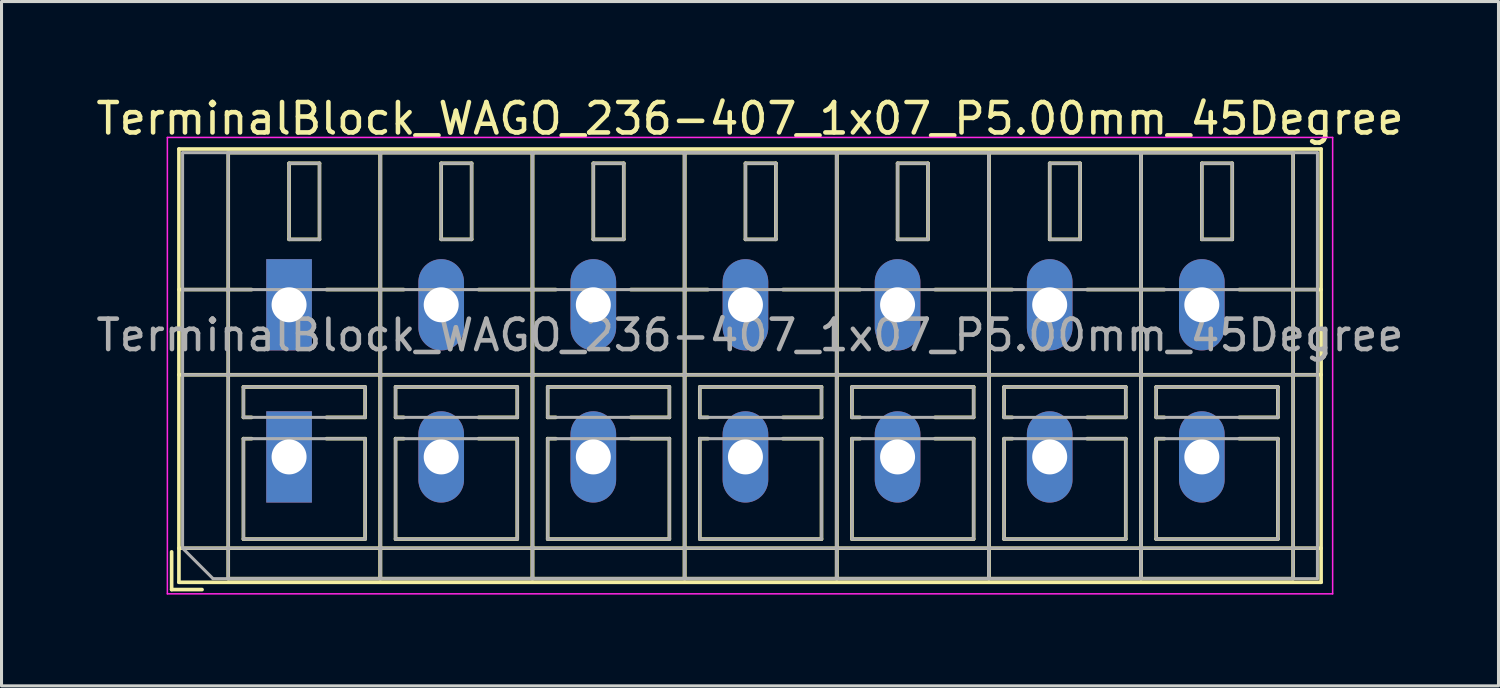
<source format=kicad_pcb>
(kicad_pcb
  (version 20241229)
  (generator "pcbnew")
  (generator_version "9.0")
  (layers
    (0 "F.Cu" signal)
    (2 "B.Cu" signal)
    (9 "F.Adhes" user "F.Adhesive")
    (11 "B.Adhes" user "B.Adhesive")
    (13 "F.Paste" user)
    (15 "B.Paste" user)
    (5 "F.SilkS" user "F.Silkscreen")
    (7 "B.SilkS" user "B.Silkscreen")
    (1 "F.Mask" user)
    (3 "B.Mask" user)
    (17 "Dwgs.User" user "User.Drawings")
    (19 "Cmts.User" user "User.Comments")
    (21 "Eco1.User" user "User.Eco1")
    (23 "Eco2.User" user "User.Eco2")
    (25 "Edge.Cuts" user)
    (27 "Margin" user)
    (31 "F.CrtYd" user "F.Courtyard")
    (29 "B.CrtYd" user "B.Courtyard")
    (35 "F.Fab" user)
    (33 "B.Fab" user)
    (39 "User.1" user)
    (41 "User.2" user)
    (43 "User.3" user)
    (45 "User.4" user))
  (footprint "TerminalBlock_WAGO_236-407_1x07_P5.00mm_45Degree"
    (layer "F.Cu")
    (at 6.451 6.968)
    (property "Reference" "TerminalBlock_WAGO_236-407_1x07_P5.00mm_45Degree" (at 15.15 -6.12 0) (layer "F.SilkS") (effects (font (size 1 1) (thickness 0.15))))
    (attr through_hole)
    (fp_line (start -3.86 8.12) (end -3.86 9.36) (stroke (width 0.12) (type solid)) (layer "F.SilkS"))
    (fp_line (start -3.86 9.36) (end -2.86 9.36) (stroke (width 0.12) (type solid)) (layer "F.SilkS"))
    (fp_line (start -3.62 -5.12) (end -3.62 9.12) (stroke (width 0.12) (type solid)) (layer "F.SilkS"))
    (fp_line (start -3.62 -5.12) (end 33.92 -5.12) (stroke (width 0.12) (type solid)) (layer "F.SilkS"))
    (fp_line (start -3.62 -0.5) (end -1.23 -0.5) (stroke (width 0.12) (type solid)) (layer "F.SilkS"))
    (fp_line (start -3.62 2.3) (end 33.92 2.3) (stroke (width 0.12) (type solid)) (layer "F.SilkS"))
    (fp_line (start -3.62 8) (end 33.92 8) (stroke (width 0.12) (type solid)) (layer "F.SilkS"))
    (fp_line (start -3.62 9.12) (end 33.92 9.12) (stroke (width 0.12) (type solid)) (layer "F.SilkS"))
    (fp_line (start -2 -5) (end -2 9) (stroke (width 0.12) (type solid)) (layer "F.SilkS"))
    (fp_line (start -2 -5) (end 3 -5) (stroke (width 0.12) (type solid)) (layer "F.SilkS"))
    (fp_line (start -2 9) (end 3 9) (stroke (width 0.12) (type solid)) (layer "F.SilkS"))
    (fp_line (start -1.5 2.7) (end -1.5 3.7) (stroke (width 0.12) (type solid)) (layer "F.SilkS"))
    (fp_line (start -1.5 2.7) (end 2.5 2.7) (stroke (width 0.12) (type solid)) (layer "F.SilkS"))
    (fp_line (start -1.5 3.7) (end -1.23 3.7) (stroke (width 0.12) (type solid)) (layer "F.SilkS"))
    (fp_line (start -1.5 4.4) (end -1.5 7.7) (stroke (width 0.12) (type solid)) (layer "F.SilkS"))
    (fp_line (start -1.5 4.4) (end -1.23 4.4) (stroke (width 0.12) (type solid)) (layer "F.SilkS"))
    (fp_line (start -1.5 7.7) (end 2.5 7.7) (stroke (width 0.12) (type solid)) (layer "F.SilkS"))
    (fp_line (start 0 -4.65) (end 0 -2.151) (stroke (width 0.12) (type solid)) (layer "F.SilkS"))
    (fp_line (start 0 -4.65) (end 1 -4.65) (stroke (width 0.12) (type solid)) (layer "F.SilkS"))
    (fp_line (start 0 -2.151) (end 1 -2.151) (stroke (width 0.12) (type solid)) (layer "F.SilkS"))
    (fp_line (start 1 -4.65) (end 1 -2.151) (stroke (width 0.12) (type solid)) (layer "F.SilkS"))
    (fp_line (start 1.23 -0.5) (end 3.77 -0.5) (stroke (width 0.12) (type solid)) (layer "F.SilkS"))
    (fp_line (start 1.23 3.7) (end 2.5 3.7) (stroke (width 0.12) (type solid)) (layer "F.SilkS"))
    (fp_line (start 1.23 4.4) (end 2.5 4.4) (stroke (width 0.12) (type solid)) (layer "F.SilkS"))
    (fp_line (start 2.5 2.7) (end 2.5 3.7) (stroke (width 0.12) (type solid)) (layer "F.SilkS"))
    (fp_line (start 2.5 4.4) (end 2.5 7.7) (stroke (width 0.12) (type solid)) (layer "F.SilkS"))
    (fp_line (start 3 -5) (end 3 9) (stroke (width 0.12) (type solid)) (layer "F.SilkS"))
    (fp_line (start 3 -5) (end 3 9) (stroke (width 0.12) (type solid)) (layer "F.SilkS"))
    (fp_line (start 3 -5) (end 8 -5) (stroke (width 0.12) (type solid)) (layer "F.SilkS"))
    (fp_line (start 3 9) (end 8 9) (stroke (width 0.12) (type solid)) (layer "F.SilkS"))
    (fp_line (start 3.5 2.7) (end 3.5 3.7) (stroke (width 0.12) (type solid)) (layer "F.SilkS"))
    (fp_line (start 3.5 2.7) (end 7.5 2.7) (stroke (width 0.12) (type solid)) (layer "F.SilkS"))
    (fp_line (start 3.5 3.7) (end 3.77 3.7) (stroke (width 0.12) (type solid)) (layer "F.SilkS"))
    (fp_line (start 3.5 4.4) (end 3.5 7.7) (stroke (width 0.12) (type solid)) (layer "F.SilkS"))
    (fp_line (start 3.5 4.4) (end 3.77 4.4) (stroke (width 0.12) (type solid)) (layer "F.SilkS"))
    (fp_line (start 3.5 7.7) (end 7.5 7.7) (stroke (width 0.12) (type solid)) (layer "F.SilkS"))
    (fp_line (start 5 -4.65) (end 5 -2.151) (stroke (width 0.12) (type solid)) (layer "F.SilkS"))
    (fp_line (start 5 -4.65) (end 6 -4.65) (stroke (width 0.12) (type solid)) (layer "F.SilkS"))
    (fp_line (start 5 -2.151) (end 6 -2.151) (stroke (width 0.12) (type solid)) (layer "F.SilkS"))
    (fp_line (start 6 -4.65) (end 6 -2.151) (stroke (width 0.12) (type solid)) (layer "F.SilkS"))
    (fp_line (start 6.23 -0.5) (end 8.77 -0.5) (stroke (width 0.12) (type solid)) (layer "F.SilkS"))
    (fp_line (start 6.23 3.7) (end 7.5 3.7) (stroke (width 0.12) (type solid)) (layer "F.SilkS"))
    (fp_line (start 6.23 4.4) (end 7.5 4.4) (stroke (width 0.12) (type solid)) (layer "F.SilkS"))
    (fp_line (start 7.5 2.7) (end 7.5 3.7) (stroke (width 0.12) (type solid)) (layer "F.SilkS"))
    (fp_line (start 7.5 4.4) (end 7.5 7.7) (stroke (width 0.12) (type solid)) (layer "F.SilkS"))
    (fp_line (start 8 -5) (end 8 9) (stroke (width 0.12) (type solid)) (layer "F.SilkS"))
    (fp_line (start 8 -5) (end 8 9) (stroke (width 0.12) (type solid)) (layer "F.SilkS"))
    (fp_line (start 8 -5) (end 13 -5) (stroke (width 0.12) (type solid)) (layer "F.SilkS"))
    (fp_line (start 8 9) (end 13 9) (stroke (width 0.12) (type solid)) (layer "F.SilkS"))
    (fp_line (start 8.5 2.7) (end 8.5 3.7) (stroke (width 0.12) (type solid)) (layer "F.SilkS"))
    (fp_line (start 8.5 2.7) (end 12.5 2.7) (stroke (width 0.12) (type solid)) (layer "F.SilkS"))
    (fp_line (start 8.5 3.7) (end 8.77 3.7) (stroke (width 0.12) (type solid)) (layer "F.SilkS"))
    (fp_line (start 8.5 4.4) (end 8.5 7.7) (stroke (width 0.12) (type solid)) (layer "F.SilkS"))
    (fp_line (start 8.5 4.4) (end 8.77 4.4) (stroke (width 0.12) (type solid)) (layer "F.SilkS"))
    (fp_line (start 8.5 7.7) (end 12.5 7.7) (stroke (width 0.12) (type solid)) (layer "F.SilkS"))
    (fp_line (start 10 -4.65) (end 10 -2.151) (stroke (width 0.12) (type solid)) (layer "F.SilkS"))
    (fp_line (start 10 -4.65) (end 11 -4.65) (stroke (width 0.12) (type solid)) (layer "F.SilkS"))
    (fp_line (start 10 -2.151) (end 11 -2.151) (stroke (width 0.12) (type solid)) (layer "F.SilkS"))
    (fp_line (start 11 -4.65) (end 11 -2.151) (stroke (width 0.12) (type solid)) (layer "F.SilkS"))
    (fp_line (start 11.23 -0.5) (end 13.77 -0.5) (stroke (width 0.12) (type solid)) (layer "F.SilkS"))
    (fp_line (start 11.23 3.7) (end 12.5 3.7) (stroke (width 0.12) (type solid)) (layer "F.SilkS"))
    (fp_line (start 11.23 4.4) (end 12.5 4.4) (stroke (width 0.12) (type solid)) (layer "F.SilkS"))
    (fp_line (start 12.5 2.7) (end 12.5 3.7) (stroke (width 0.12) (type solid)) (layer "F.SilkS"))
    (fp_line (start 12.5 4.4) (end 12.5 7.7) (stroke (width 0.12) (type solid)) (layer "F.SilkS"))
    (fp_line (start 13 -5) (end 13 9) (stroke (width 0.12) (type solid)) (layer "F.SilkS"))
    (fp_line (start 13 -5) (end 13 9) (stroke (width 0.12) (type solid)) (layer "F.SilkS"))
    (fp_line (start 13 -5) (end 18 -5) (stroke (width 0.12) (type solid)) (layer "F.SilkS"))
    (fp_line (start 13 9) (end 18 9) (stroke (width 0.12) (type solid)) (layer "F.SilkS"))
    (fp_line (start 13.5 2.7) (end 13.5 3.7) (stroke (width 0.12) (type solid)) (layer "F.SilkS"))
    (fp_line (start 13.5 2.7) (end 17.5 2.7) (stroke (width 0.12) (type solid)) (layer "F.SilkS"))
    (fp_line (start 13.5 3.7) (end 13.77 3.7) (stroke (width 0.12) (type solid)) (layer "F.SilkS"))
    (fp_line (start 13.5 4.4) (end 13.5 7.7) (stroke (width 0.12) (type solid)) (layer "F.SilkS"))
    (fp_line (start 13.5 4.4) (end 13.77 4.4) (stroke (width 0.12) (type solid)) (layer "F.SilkS"))
    (fp_line (start 13.5 7.7) (end 17.5 7.7) (stroke (width 0.12) (type solid)) (layer "F.SilkS"))
    (fp_line (start 15 -4.65) (end 15 -2.151) (stroke (width 0.12) (type solid)) (layer "F.SilkS"))
    (fp_line (start 15 -4.65) (end 16 -4.65) (stroke (width 0.12) (type solid)) (layer "F.SilkS"))
    (fp_line (start 15 -2.151) (end 16 -2.151) (stroke (width 0.12) (type solid)) (layer "F.SilkS"))
    (fp_line (start 16 -4.65) (end 16 -2.151) (stroke (width 0.12) (type solid)) (layer "F.SilkS"))
    (fp_line (start 16.23 -0.5) (end 18.77 -0.5) (stroke (width 0.12) (type solid)) (layer "F.SilkS"))
    (fp_line (start 16.23 3.7) (end 17.5 3.7) (stroke (width 0.12) (type solid)) (layer "F.SilkS"))
    (fp_line (start 16.23 4.4) (end 17.5 4.4) (stroke (width 0.12) (type solid)) (layer "F.SilkS"))
    (fp_line (start 17.5 2.7) (end 17.5 3.7) (stroke (width 0.12) (type solid)) (layer "F.SilkS"))
    (fp_line (start 17.5 4.4) (end 17.5 7.7) (stroke (width 0.12) (type solid)) (layer "F.SilkS"))
    (fp_line (start 18 -5) (end 18 9) (stroke (width 0.12) (type solid)) (layer "F.SilkS"))
    (fp_line (start 18 -5) (end 18 9) (stroke (width 0.12) (type solid)) (layer "F.SilkS"))
    (fp_line (start 18 -5) (end 23 -5) (stroke (width 0.12) (type solid)) (layer "F.SilkS"))
    (fp_line (start 18 9) (end 23 9) (stroke (width 0.12) (type solid)) (layer "F.SilkS"))
    (fp_line (start 18.5 2.7) (end 18.5 3.7) (stroke (width 0.12) (type solid)) (layer "F.SilkS"))
    (fp_line (start 18.5 2.7) (end 22.5 2.7) (stroke (width 0.12) (type solid)) (layer "F.SilkS"))
    (fp_line (start 18.5 3.7) (end 18.77 3.7) (stroke (width 0.12) (type solid)) (layer "F.SilkS"))
    (fp_line (start 18.5 4.4) (end 18.5 7.7) (stroke (width 0.12) (type solid)) (layer "F.SilkS"))
    (fp_line (start 18.5 4.4) (end 18.77 4.4) (stroke (width 0.12) (type solid)) (layer "F.SilkS"))
    (fp_line (start 18.5 7.7) (end 22.5 7.7) (stroke (width 0.12) (type solid)) (layer "F.SilkS"))
    (fp_line (start 20 -4.65) (end 20 -2.151) (stroke (width 0.12) (type solid)) (layer "F.SilkS"))
    (fp_line (start 20 -4.65) (end 21 -4.65) (stroke (width 0.12) (type solid)) (layer "F.SilkS"))
    (fp_line (start 20 -2.151) (end 21 -2.151) (stroke (width 0.12) (type solid)) (layer "F.SilkS"))
    (fp_line (start 21 -4.65) (end 21 -2.151) (stroke (width 0.12) (type solid)) (layer "F.SilkS"))
    (fp_line (start 21.23 -0.5) (end 23.77 -0.5) (stroke (width 0.12) (type solid)) (layer "F.SilkS"))
    (fp_line (start 21.23 3.7) (end 22.5 3.7) (stroke (width 0.12) (type solid)) (layer "F.SilkS"))
    (fp_line (start 21.23 4.4) (end 22.5 4.4) (stroke (width 0.12) (type solid)) (layer "F.SilkS"))
    (fp_line (start 22.5 2.7) (end 22.5 3.7) (stroke (width 0.12) (type solid)) (layer "F.SilkS"))
    (fp_line (start 22.5 4.4) (end 22.5 7.7) (stroke (width 0.12) (type solid)) (layer "F.SilkS"))
    (fp_line (start 23 -5) (end 23 9) (stroke (width 0.12) (type solid)) (layer "F.SilkS"))
    (fp_line (start 23 -5) (end 23 9) (stroke (width 0.12) (type solid)) (layer "F.SilkS"))
    (fp_line (start 23 -5) (end 28 -5) (stroke (width 0.12) (type solid)) (layer "F.SilkS"))
    (fp_line (start 23 9) (end 28 9) (stroke (width 0.12) (type solid)) (layer "F.SilkS"))
    (fp_line (start 23.5 2.7) (end 23.5 3.7) (stroke (width 0.12) (type solid)) (layer "F.SilkS"))
    (fp_line (start 23.5 2.7) (end 27.5 2.7) (stroke (width 0.12) (type solid)) (layer "F.SilkS"))
    (fp_line (start 23.5 3.7) (end 23.77 3.7) (stroke (width 0.12) (type solid)) (layer "F.SilkS"))
    (fp_line (start 23.5 4.4) (end 23.5 7.7) (stroke (width 0.12) (type solid)) (layer "F.SilkS"))
    (fp_line (start 23.5 4.4) (end 23.77 4.4) (stroke (width 0.12) (type solid)) (layer "F.SilkS"))
    (fp_line (start 23.5 7.7) (end 27.5 7.7) (stroke (width 0.12) (type solid)) (layer "F.SilkS"))
    (fp_line (start 25 -4.65) (end 25 -2.151) (stroke (width 0.12) (type solid)) (layer "F.SilkS"))
    (fp_line (start 25 -4.65) (end 26 -4.65) (stroke (width 0.12) (type solid)) (layer "F.SilkS"))
    (fp_line (start 25 -2.151) (end 26 -2.151) (stroke (width 0.12) (type solid)) (layer "F.SilkS"))
    (fp_line (start 26 -4.65) (end 26 -2.151) (stroke (width 0.12) (type solid)) (layer "F.SilkS"))
    (fp_line (start 26.23 -0.5) (end 28.77 -0.5) (stroke (width 0.12) (type solid)) (layer "F.SilkS"))
    (fp_line (start 26.23 3.7) (end 27.5 3.7) (stroke (width 0.12) (type solid)) (layer "F.SilkS"))
    (fp_line (start 26.23 4.4) (end 27.5 4.4) (stroke (width 0.12) (type solid)) (layer "F.SilkS"))
    (fp_line (start 27.5 2.7) (end 27.5 3.7) (stroke (width 0.12) (type solid)) (layer "F.SilkS"))
    (fp_line (start 27.5 4.4) (end 27.5 7.7) (stroke (width 0.12) (type solid)) (layer "F.SilkS"))
    (fp_line (start 28 -5) (end 28 9) (stroke (width 0.12) (type solid)) (layer "F.SilkS"))
    (fp_line (start 28 -5) (end 28 9) (stroke (width 0.12) (type solid)) (layer "F.SilkS"))
    (fp_line (start 28 -5) (end 33 -5) (stroke (width 0.12) (type solid)) (layer "F.SilkS"))
    (fp_line (start 28 9) (end 33 9) (stroke (width 0.12) (type solid)) (layer "F.SilkS"))
    (fp_line (start 28.5 2.7) (end 28.5 3.7) (stroke (width 0.12) (type solid)) (layer "F.SilkS"))
    (fp_line (start 28.5 2.7) (end 32.5 2.7) (stroke (width 0.12) (type solid)) (layer "F.SilkS"))
    (fp_line (start 28.5 3.7) (end 28.77 3.7) (stroke (width 0.12) (type solid)) (layer "F.SilkS"))
    (fp_line (start 28.5 4.4) (end 28.5 7.7) (stroke (width 0.12) (type solid)) (layer "F.SilkS"))
    (fp_line (start 28.5 4.4) (end 28.77 4.4) (stroke (width 0.12) (type solid)) (layer "F.SilkS"))
    (fp_line (start 28.5 7.7) (end 32.5 7.7) (stroke (width 0.12) (type solid)) (layer "F.SilkS"))
    (fp_line (start 30 -4.65) (end 30 -2.151) (stroke (width 0.12) (type solid)) (layer "F.SilkS"))
    (fp_line (start 30 -4.65) (end 31 -4.65) (stroke (width 0.12) (type solid)) (layer "F.SilkS"))
    (fp_line (start 30 -2.151) (end 31 -2.151) (stroke (width 0.12) (type solid)) (layer "F.SilkS"))
    (fp_line (start 31 -4.65) (end 31 -2.151) (stroke (width 0.12) (type solid)) (layer "F.SilkS"))
    (fp_line (start 31.23 -0.5) (end 33.92 -0.5) (stroke (width 0.12) (type solid)) (layer "F.SilkS"))
    (fp_line (start 31.23 3.7) (end 32.5 3.7) (stroke (width 0.12) (type solid)) (layer "F.SilkS"))
    (fp_line (start 31.23 4.4) (end 32.5 4.4) (stroke (width 0.12) (type solid)) (layer "F.SilkS"))
    (fp_line (start 32.5 2.7) (end 32.5 3.7) (stroke (width 0.12) (type solid)) (layer "F.SilkS"))
    (fp_line (start 32.5 4.4) (end 32.5 7.7) (stroke (width 0.12) (type solid)) (layer "F.SilkS"))
    (fp_line (start 33 -5) (end 33 9) (stroke (width 0.12) (type solid)) (layer "F.SilkS"))
    (fp_line (start 33.92 -5.12) (end 33.92 9.12) (stroke (width 0.12) (type solid)) (layer "F.SilkS"))
    (fp_line (start -4 -5.5) (end -4 9.5) (stroke (width 0.05) (type solid)) (layer "F.CrtYd"))
    (fp_line (start -4 9.5) (end 34.3 9.5) (stroke (width 0.05) (type solid)) (layer "F.CrtYd"))
    (fp_line (start 34.3 -5.5) (end -4 -5.5) (stroke (width 0.05) (type solid)) (layer "F.CrtYd"))
    (fp_line (start 34.3 9.5) (end 34.3 -5.5) (stroke (width 0.05) (type solid)) (layer "F.CrtYd"))
    (fp_line (start -3.5 -5) (end 33.8 -5) (stroke (width 0.1) (type solid)) (layer "F.Fab"))
    (fp_line (start -3.5 -0.5) (end 33.8 -0.5) (stroke (width 0.1) (type solid)) (layer "F.Fab"))
    (fp_line (start -3.5 2.3) (end 33.8 2.3) (stroke (width 0.1) (type solid)) (layer "F.Fab"))
    (fp_line (start -3.5 8) (end -3.5 -5) (stroke (width 0.1) (type solid)) (layer "F.Fab"))
    (fp_line (start -3.5 8) (end 33.8 8) (stroke (width 0.1) (type solid)) (layer "F.Fab"))
    (fp_line (start -2.5 9) (end -3.5 8) (stroke (width 0.1) (type solid)) (layer "F.Fab"))
    (fp_line (start -2 -5) (end -2 9) (stroke (width 0.1) (type solid)) (layer "F.Fab"))
    (fp_line (start -2 9) (end 3 9) (stroke (width 0.1) (type solid)) (layer "F.Fab"))
    (fp_line (start -1.5 2.7) (end -1.5 3.7) (stroke (width 0.1) (type solid)) (layer "F.Fab"))
    (fp_line (start -1.5 3.7) (end 2.5 3.7) (stroke (width 0.1) (type solid)) (layer "F.Fab"))
    (fp_line (start -1.5 4.4) (end -1.5 7.7) (stroke (width 0.1) (type solid)) (layer "F.Fab"))
    (fp_line (start -1.5 7.7) (end 2.5 7.7) (stroke (width 0.1) (type solid)) (layer "F.Fab"))
    (fp_line (start 0 -4.65) (end 0 -2.15) (stroke (width 0.1) (type solid)) (layer "F.Fab"))
    (fp_line (start 0 -2.15) (end 1 -2.15) (stroke (width 0.1) (type solid)) (layer "F.Fab"))
    (fp_line (start 1 -4.65) (end 0 -4.65) (stroke (width 0.1) (type solid)) (layer "F.Fab"))
    (fp_line (start 1 -2.15) (end 1 -4.65) (stroke (width 0.1) (type solid)) (layer "F.Fab"))
    (fp_line (start 2.5 2.7) (end -1.5 2.7) (stroke (width 0.1) (type solid)) (layer "F.Fab"))
    (fp_line (start 2.5 3.7) (end 2.5 2.7) (stroke (width 0.1) (type solid)) (layer "F.Fab"))
    (fp_line (start 2.5 4.4) (end -1.5 4.4) (stroke (width 0.1) (type solid)) (layer "F.Fab"))
    (fp_line (start 2.5 7.7) (end 2.5 4.4) (stroke (width 0.1) (type solid)) (layer "F.Fab"))
    (fp_line (start 3 -5) (end -2 -5) (stroke (width 0.1) (type solid)) (layer "F.Fab"))
    (fp_line (start 3 -5) (end 3 9) (stroke (width 0.1) (type solid)) (layer "F.Fab"))
    (fp_line (start 3 9) (end 3 -5) (stroke (width 0.1) (type solid)) (layer "F.Fab"))
    (fp_line (start 3 9) (end 8 9) (stroke (width 0.1) (type solid)) (layer "F.Fab"))
    (fp_line (start 3.5 2.7) (end 3.5 3.7) (stroke (width 0.1) (type solid)) (layer "F.Fab"))
    (fp_line (start 3.5 3.7) (end 7.5 3.7) (stroke (width 0.1) (type solid)) (layer "F.Fab"))
    (fp_line (start 3.5 4.4) (end 3.5 7.7) (stroke (width 0.1) (type solid)) (layer "F.Fab"))
    (fp_line (start 3.5 7.7) (end 7.5 7.7) (stroke (width 0.1) (type solid)) (layer "F.Fab"))
    (fp_line (start 5 -4.65) (end 5 -2.15) (stroke (width 0.1) (type solid)) (layer "F.Fab"))
    (fp_line (start 5 -2.15) (end 6 -2.15) (stroke (width 0.1) (type solid)) (layer "F.Fab"))
    (fp_line (start 6 -4.65) (end 5 -4.65) (stroke (width 0.1) (type solid)) (layer "F.Fab"))
    (fp_line (start 6 -2.15) (end 6 -4.65) (stroke (width 0.1) (type solid)) (layer "F.Fab"))
    (fp_line (start 7.5 2.7) (end 3.5 2.7) (stroke (width 0.1) (type solid)) (layer "F.Fab"))
    (fp_line (start 7.5 3.7) (end 7.5 2.7) (stroke (width 0.1) (type solid)) (layer "F.Fab"))
    (fp_line (start 7.5 4.4) (end 3.5 4.4) (stroke (width 0.1) (type solid)) (layer "F.Fab"))
    (fp_line (start 7.5 7.7) (end 7.5 4.4) (stroke (width 0.1) (type solid)) (layer "F.Fab"))
    (fp_line (start 8 -5) (end 3 -5) (stroke (width 0.1) (type solid)) (layer "F.Fab"))
    (fp_line (start 8 -5) (end 8 9) (stroke (width 0.1) (type solid)) (layer "F.Fab"))
    (fp_line (start 8 9) (end 8 -5) (stroke (width 0.1) (type solid)) (layer "F.Fab"))
    (fp_line (start 8 9) (end 13 9) (stroke (width 0.1) (type solid)) (layer "F.Fab"))
    (fp_line (start 8.5 2.7) (end 8.5 3.7) (stroke (width 0.1) (type solid)) (layer "F.Fab"))
    (fp_line (start 8.5 3.7) (end 12.5 3.7) (stroke (width 0.1) (type solid)) (layer "F.Fab"))
    (fp_line (start 8.5 4.4) (end 8.5 7.7) (stroke (width 0.1) (type solid)) (layer "F.Fab"))
    (fp_line (start 8.5 7.7) (end 12.5 7.7) (stroke (width 0.1) (type solid)) (layer "F.Fab"))
    (fp_line (start 10 -4.65) (end 10 -2.15) (stroke (width 0.1) (type solid)) (layer "F.Fab"))
    (fp_line (start 10 -2.15) (end 11 -2.15) (stroke (width 0.1) (type solid)) (layer "F.Fab"))
    (fp_line (start 11 -4.65) (end 10 -4.65) (stroke (width 0.1) (type solid)) (layer "F.Fab"))
    (fp_line (start 11 -2.15) (end 11 -4.65) (stroke (width 0.1) (type solid)) (layer "F.Fab"))
    (fp_line (start 12.5 2.7) (end 8.5 2.7) (stroke (width 0.1) (type solid)) (layer "F.Fab"))
    (fp_line (start 12.5 3.7) (end 12.5 2.7) (stroke (width 0.1) (type solid)) (layer "F.Fab"))
    (fp_line (start 12.5 4.4) (end 8.5 4.4) (stroke (width 0.1) (type solid)) (layer "F.Fab"))
    (fp_line (start 12.5 7.7) (end 12.5 4.4) (stroke (width 0.1) (type solid)) (layer "F.Fab"))
    (fp_line (start 13 -5) (end 8 -5) (stroke (width 0.1) (type solid)) (layer "F.Fab"))
    (fp_line (start 13 -5) (end 13 9) (stroke (width 0.1) (type solid)) (layer "F.Fab"))
    (fp_line (start 13 9) (end 13 -5) (stroke (width 0.1) (type solid)) (layer "F.Fab"))
    (fp_line (start 13 9) (end 18 9) (stroke (width 0.1) (type solid)) (layer "F.Fab"))
    (fp_line (start 13.5 2.7) (end 13.5 3.7) (stroke (width 0.1) (type solid)) (layer "F.Fab"))
    (fp_line (start 13.5 3.7) (end 17.5 3.7) (stroke (width 0.1) (type solid)) (layer "F.Fab"))
    (fp_line (start 13.5 4.4) (end 13.5 7.7) (stroke (width 0.1) (type solid)) (layer "F.Fab"))
    (fp_line (start 13.5 7.7) (end 17.5 7.7) (stroke (width 0.1) (type solid)) (layer "F.Fab"))
    (fp_line (start 15 -4.65) (end 15 -2.15) (stroke (width 0.1) (type solid)) (layer "F.Fab"))
    (fp_line (start 15 -2.15) (end 16 -2.15) (stroke (width 0.1) (type solid)) (layer "F.Fab"))
    (fp_line (start 16 -4.65) (end 15 -4.65) (stroke (width 0.1) (type solid)) (layer "F.Fab"))
    (fp_line (start 16 -2.15) (end 16 -4.65) (stroke (width 0.1) (type solid)) (layer "F.Fab"))
    (fp_line (start 17.5 2.7) (end 13.5 2.7) (stroke (width 0.1) (type solid)) (layer "F.Fab"))
    (fp_line (start 17.5 3.7) (end 17.5 2.7) (stroke (width 0.1) (type solid)) (layer "F.Fab"))
    (fp_line (start 17.5 4.4) (end 13.5 4.4) (stroke (width 0.1) (type solid)) (layer "F.Fab"))
    (fp_line (start 17.5 7.7) (end 17.5 4.4) (stroke (width 0.1) (type solid)) (layer "F.Fab"))
    (fp_line (start 18 -5) (end 13 -5) (stroke (width 0.1) (type solid)) (layer "F.Fab"))
    (fp_line (start 18 -5) (end 18 9) (stroke (width 0.1) (type solid)) (layer "F.Fab"))
    (fp_line (start 18 9) (end 18 -5) (stroke (width 0.1) (type solid)) (layer "F.Fab"))
    (fp_line (start 18 9) (end 23 9) (stroke (width 0.1) (type solid)) (layer "F.Fab"))
    (fp_line (start 18.5 2.7) (end 18.5 3.7) (stroke (width 0.1) (type solid)) (layer "F.Fab"))
    (fp_line (start 18.5 3.7) (end 22.5 3.7) (stroke (width 0.1) (type solid)) (layer "F.Fab"))
    (fp_line (start 18.5 4.4) (end 18.5 7.7) (stroke (width 0.1) (type solid)) (layer "F.Fab"))
    (fp_line (start 18.5 7.7) (end 22.5 7.7) (stroke (width 0.1) (type solid)) (layer "F.Fab"))
    (fp_line (start 20 -4.65) (end 20 -2.15) (stroke (width 0.1) (type solid)) (layer "F.Fab"))
    (fp_line (start 20 -2.15) (end 21 -2.15) (stroke (width 0.1) (type solid)) (layer "F.Fab"))
    (fp_line (start 21 -4.65) (end 20 -4.65) (stroke (width 0.1) (type solid)) (layer "F.Fab"))
    (fp_line (start 21 -2.15) (end 21 -4.65) (stroke (width 0.1) (type solid)) (layer "F.Fab"))
    (fp_line (start 22.5 2.7) (end 18.5 2.7) (stroke (width 0.1) (type solid)) (layer "F.Fab"))
    (fp_line (start 22.5 3.7) (end 22.5 2.7) (stroke (width 0.1) (type solid)) (layer "F.Fab"))
    (fp_line (start 22.5 4.4) (end 18.5 4.4) (stroke (width 0.1) (type solid)) (layer "F.Fab"))
    (fp_line (start 22.5 7.7) (end 22.5 4.4) (stroke (width 0.1) (type solid)) (layer "F.Fab"))
    (fp_line (start 23 -5) (end 18 -5) (stroke (width 0.1) (type solid)) (layer "F.Fab"))
    (fp_line (start 23 -5) (end 23 9) (stroke (width 0.1) (type solid)) (layer "F.Fab"))
    (fp_line (start 23 9) (end 23 -5) (stroke (width 0.1) (type solid)) (layer "F.Fab"))
    (fp_line (start 23 9) (end 28 9) (stroke (width 0.1) (type solid)) (layer "F.Fab"))
    (fp_line (start 23.5 2.7) (end 23.5 3.7) (stroke (width 0.1) (type solid)) (layer "F.Fab"))
    (fp_line (start 23.5 3.7) (end 27.5 3.7) (stroke (width 0.1) (type solid)) (layer "F.Fab"))
    (fp_line (start 23.5 4.4) (end 23.5 7.7) (stroke (width 0.1) (type solid)) (layer "F.Fab"))
    (fp_line (start 23.5 7.7) (end 27.5 7.7) (stroke (width 0.1) (type solid)) (layer "F.Fab"))
    (fp_line (start 25 -4.65) (end 25 -2.15) (stroke (width 0.1) (type solid)) (layer "F.Fab"))
    (fp_line (start 25 -2.15) (end 26 -2.15) (stroke (width 0.1) (type solid)) (layer "F.Fab"))
    (fp_line (start 26 -4.65) (end 25 -4.65) (stroke (width 0.1) (type solid)) (layer "F.Fab"))
    (fp_line (start 26 -2.15) (end 26 -4.65) (stroke (width 0.1) (type solid)) (layer "F.Fab"))
    (fp_line (start 27.5 2.7) (end 23.5 2.7) (stroke (width 0.1) (type solid)) (layer "F.Fab"))
    (fp_line (start 27.5 3.7) (end 27.5 2.7) (stroke (width 0.1) (type solid)) (layer "F.Fab"))
    (fp_line (start 27.5 4.4) (end 23.5 4.4) (stroke (width 0.1) (type solid)) (layer "F.Fab"))
    (fp_line (start 27.5 7.7) (end 27.5 4.4) (stroke (width 0.1) (type solid)) (layer "F.Fab"))
    (fp_line (start 28 -5) (end 23 -5) (stroke (width 0.1) (type solid)) (layer "F.Fab"))
    (fp_line (start 28 -5) (end 28 9) (stroke (width 0.1) (type solid)) (layer "F.Fab"))
    (fp_line (start 28 9) (end 28 -5) (stroke (width 0.1) (type solid)) (layer "F.Fab"))
    (fp_line (start 28 9) (end 33 9) (stroke (width 0.1) (type solid)) (layer "F.Fab"))
    (fp_line (start 28.5 2.7) (end 28.5 3.7) (stroke (width 0.1) (type solid)) (layer "F.Fab"))
    (fp_line (start 28.5 3.7) (end 32.5 3.7) (stroke (width 0.1) (type solid)) (layer "F.Fab"))
    (fp_line (start 28.5 4.4) (end 28.5 7.7) (stroke (width 0.1) (type solid)) (layer "F.Fab"))
    (fp_line (start 28.5 7.7) (end 32.5 7.7) (stroke (width 0.1) (type solid)) (layer "F.Fab"))
    (fp_line (start 30 -4.65) (end 30 -2.15) (stroke (width 0.1) (type solid)) (layer "F.Fab"))
    (fp_line (start 30 -2.15) (end 31 -2.15) (stroke (width 0.1) (type solid)) (layer "F.Fab"))
    (fp_line (start 31 -4.65) (end 30 -4.65) (stroke (width 0.1) (type solid)) (layer "F.Fab"))
    (fp_line (start 31 -2.15) (end 31 -4.65) (stroke (width 0.1) (type solid)) (layer "F.Fab"))
    (fp_line (start 32.5 2.7) (end 28.5 2.7) (stroke (width 0.1) (type solid)) (layer "F.Fab"))
    (fp_line (start 32.5 3.7) (end 32.5 2.7) (stroke (width 0.1) (type solid)) (layer "F.Fab"))
    (fp_line (start 32.5 4.4) (end 28.5 4.4) (stroke (width 0.1) (type solid)) (layer "F.Fab"))
    (fp_line (start 32.5 7.7) (end 32.5 4.4) (stroke (width 0.1) (type solid)) (layer "F.Fab"))
    (fp_line (start 33 -5) (end 28 -5) (stroke (width 0.1) (type solid)) (layer "F.Fab"))
    (fp_line (start 33 9) (end 33 -5) (stroke (width 0.1) (type solid)) (layer "F.Fab"))
    (fp_line (start 33.8 -5) (end 33.8 9) (stroke (width 0.1) (type solid)) (layer "F.Fab"))
    (fp_line (start 33.8 9) (end -2.5 9) (stroke (width 0.1) (type solid)) (layer "F.Fab"))
    (fp_text user "${REFERENCE}" (at 15.15 1 0) (layer "F.Fab") (effects (font (size 1 1) (thickness 0.15))))
    (pad "1" thru_hole rect (at 0 0) (size 1.5 3) (drill 1.15) (layers "*.Cu" "*.Mask"))
    (pad "1" thru_hole rect (at 0 5) (size 1.5 3) (drill 1.15) (layers "*.Cu" "*.Mask"))
    (pad "2" thru_hole oval (at 5 0) (size 1.5 3) (drill 1.15) (layers "*.Cu" "*.Mask"))
    (pad "2" thru_hole oval (at 5 5) (size 1.5 3) (drill 1.15) (layers "*.Cu" "*.Mask"))
    (pad "3" thru_hole oval (at 10 0) (size 1.5 3) (drill 1.15) (layers "*.Cu" "*.Mask"))
    (pad "3" thru_hole oval (at 10 5) (size 1.5 3) (drill 1.15) (layers "*.Cu" "*.Mask"))
    (pad "4" thru_hole oval (at 15 0) (size 1.5 3) (drill 1.15) (layers "*.Cu" "*.Mask"))
    (pad "4" thru_hole oval (at 15 5) (size 1.5 3) (drill 1.15) (layers "*.Cu" "*.Mask"))
    (pad "5" thru_hole oval (at 20 0) (size 1.5 3) (drill 1.15) (layers "*.Cu" "*.Mask"))
    (pad "5" thru_hole oval (at 20 5) (size 1.5 3) (drill 1.15) (layers "*.Cu" "*.Mask"))
    (pad "6" thru_hole oval (at 25 0) (size 1.5 3) (drill 1.15) (layers "*.Cu" "*.Mask"))
    (pad "6" thru_hole oval (at 25 5) (size 1.5 3) (drill 1.15) (layers "*.Cu" "*.Mask"))
    (pad "7" thru_hole oval (at 30 0) (size 1.5 3) (drill 1.15) (layers "*.Cu" "*.Mask"))
    (pad "7" thru_hole oval (at 30 5) (size 1.5 3) (drill 1.15) (layers "*.Cu" "*.Mask")))
  (gr_rect
    (start -3 -3)
    (end 46.202 19.493)
    (stroke (width 0.1) (type default))
    (fill no)
    (layer "Edge.Cuts")))
</source>
